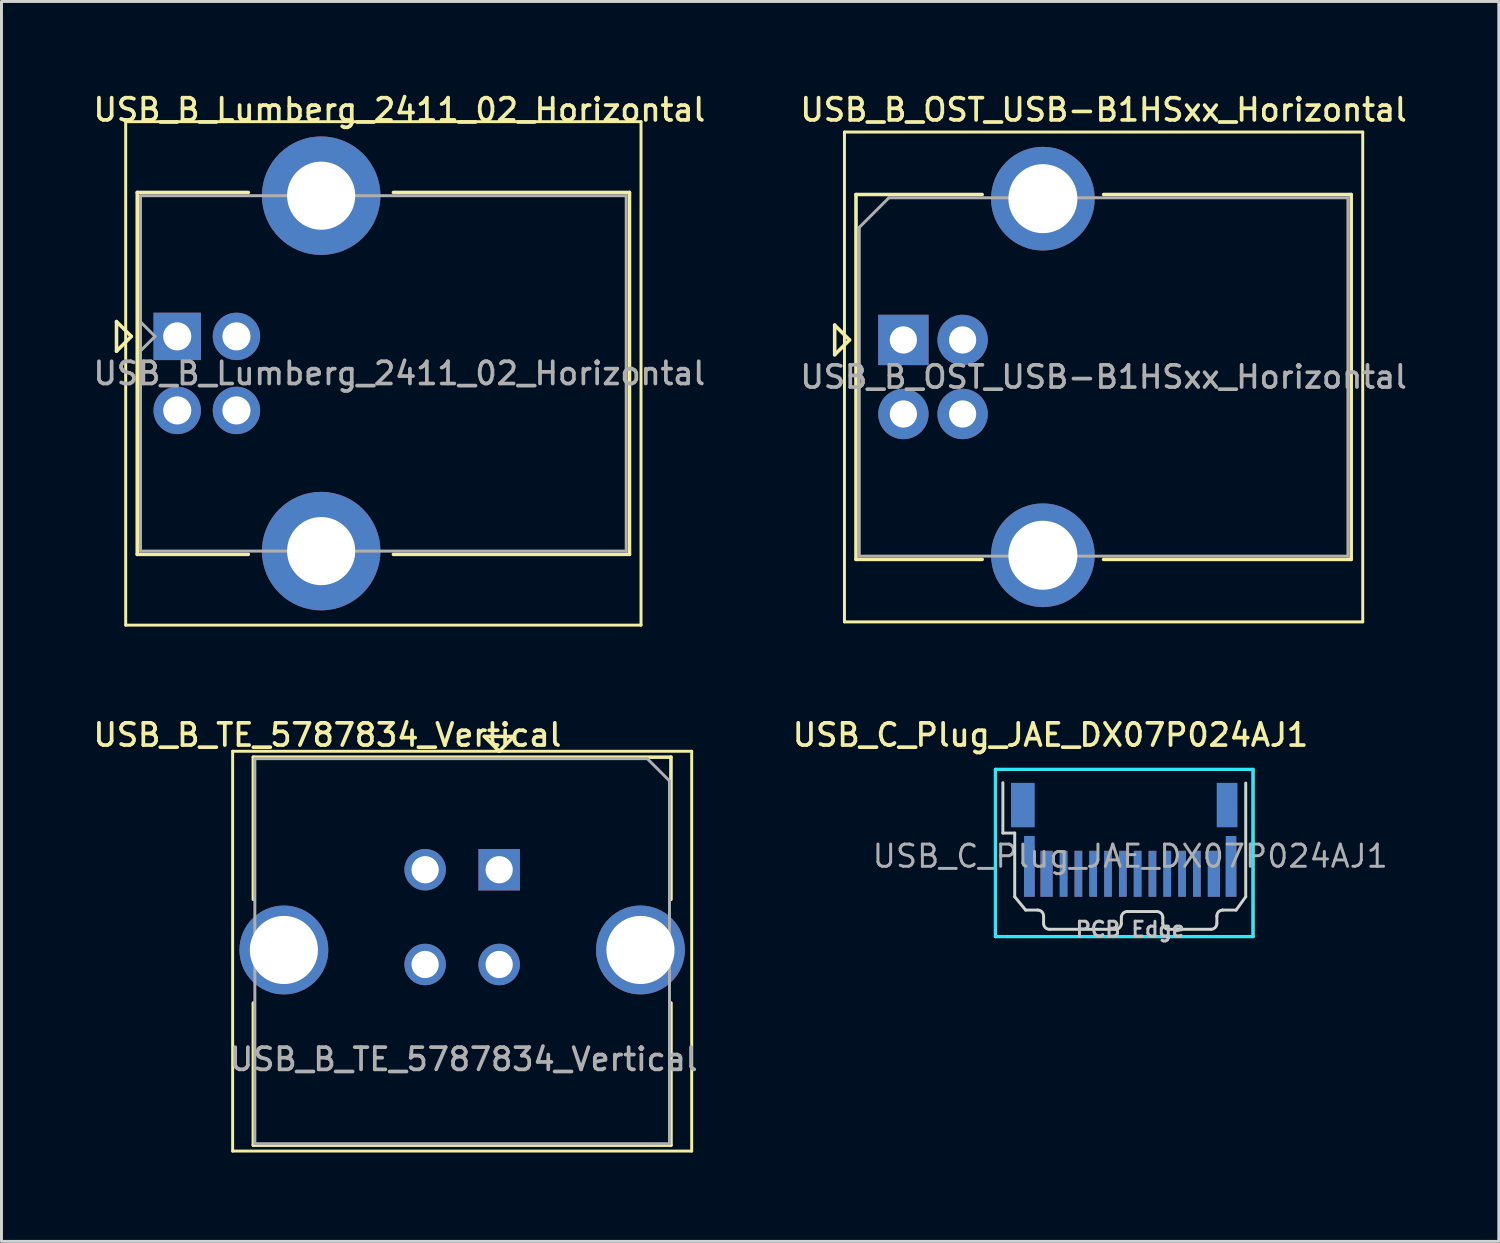
<source format=kicad_pcb>
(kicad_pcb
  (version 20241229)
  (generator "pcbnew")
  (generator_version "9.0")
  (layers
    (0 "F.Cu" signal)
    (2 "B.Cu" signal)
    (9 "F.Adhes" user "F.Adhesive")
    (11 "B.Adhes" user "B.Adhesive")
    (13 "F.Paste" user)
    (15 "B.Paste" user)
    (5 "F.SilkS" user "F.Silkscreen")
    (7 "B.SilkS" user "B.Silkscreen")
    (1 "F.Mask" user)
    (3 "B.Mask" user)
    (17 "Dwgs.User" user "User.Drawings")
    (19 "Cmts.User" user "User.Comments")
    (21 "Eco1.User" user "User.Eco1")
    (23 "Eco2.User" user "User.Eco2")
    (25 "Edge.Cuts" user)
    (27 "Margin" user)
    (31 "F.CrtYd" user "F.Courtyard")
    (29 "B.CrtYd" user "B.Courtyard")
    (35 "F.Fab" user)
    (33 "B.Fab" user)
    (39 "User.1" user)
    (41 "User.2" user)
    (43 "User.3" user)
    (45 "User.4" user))
  (footprint "USB_B_Lumberg_2411_02_Horizontal"
    (layer "F.Cu")
    (at 2.934 8.308)
    (property "Reference" "USB_B_Lumberg_2411_02_Horizontal" (at 7.5 -7.65 0) (layer "F.SilkS") (effects (font (size 0.75 0.75) (thickness 0.125))))
    (attr through_hole)
    (fp_line (start -2.05 -0.5) (end -2.05 0.5) (stroke (width 0.12) (type solid)) (layer "F.SilkS"))
    (fp_line (start -2.05 0.5) (end -1.55 0) (stroke (width 0.12) (type solid)) (layer "F.SilkS"))
    (fp_line (start -1.74 -7.25) (end -1.74 9.75) (stroke (width 0.1) (type solid)) (layer "F.SilkS"))
    (fp_line (start -1.74 9.75) (end 15.66 9.75) (stroke (width 0.1) (type solid)) (layer "F.SilkS"))
    (fp_line (start -1.55 0) (end -2.05 -0.5) (stroke (width 0.12) (type solid)) (layer "F.SilkS"))
    (fp_line (start -1.35 -4.86) (end 2.4 -4.86) (stroke (width 0.12) (type solid)) (layer "F.SilkS"))
    (fp_line (start -1.35 7.36) (end -1.35 -4.86) (stroke (width 0.12) (type solid)) (layer "F.SilkS"))
    (fp_line (start -1.35 7.36) (end 2.4 7.36) (stroke (width 0.12) (type solid)) (layer "F.SilkS"))
    (fp_line (start 15.27 -4.86) (end 7.3 -4.86) (stroke (width 0.12) (type solid)) (layer "F.SilkS"))
    (fp_line (start 15.27 7.36) (end 7.3 7.36) (stroke (width 0.12) (type solid)) (layer "F.SilkS"))
    (fp_line (start 15.27 7.36) (end 15.27 -4.86) (stroke (width 0.12) (type solid)) (layer "F.SilkS"))
    (fp_line (start 15.66 -7.25) (end -1.74 -7.25) (stroke (width 0.1) (type solid)) (layer "F.SilkS"))
    (fp_line (start 15.66 9.75) (end 15.66 -7.25) (stroke (width 0.1) (type solid)) (layer "F.SilkS"))
    (fp_line (start -1.24 -4.75) (end 15.16 -4.75) (stroke (width 0.1) (type solid)) (layer "F.Fab"))
    (fp_line (start -1.24 0.49) (end -0.75 0) (stroke (width 0.1) (type solid)) (layer "F.Fab"))
    (fp_line (start -1.24 7.25) (end -1.24 -4.75) (stroke (width 0.1) (type solid)) (layer "F.Fab"))
    (fp_line (start -0.75 0) (end -1.24 -0.49) (stroke (width 0.1) (type solid)) (layer "F.Fab"))
    (fp_line (start 15.16 -4.75) (end 15.16 7.25) (stroke (width 0.1) (type solid)) (layer "F.Fab"))
    (fp_line (start 15.16 7.25) (end -1.24 7.25) (stroke (width 0.1) (type solid)) (layer "F.Fab"))
    (fp_text user "${REFERENCE}" (at 7.5 1.25 180) (layer "F.Fab") (effects (font (size 0.75 0.75) (thickness 0.125))))
    (pad "1" thru_hole rect (at 0 0 90) (size 1.6 1.6) (drill 0.95) (layers "*.Cu" "*.Mask"))
    (pad "2" thru_hole circle (at 0 2.5 90) (size 1.6 1.6) (drill 0.95) (layers "*.Cu" "*.Mask"))
    (pad "3" thru_hole circle (at 2 2.5 90) (size 1.6 1.6) (drill 0.95) (layers "*.Cu" "*.Mask"))
    (pad "4" thru_hole circle (at 2 0 90) (size 1.6 1.6) (drill 0.95) (layers "*.Cu" "*.Mask"))
    (pad "5" thru_hole circle (at 4.86 -4.75 90) (size 4 4) (drill 2.3) (layers "*.Cu" "*.Mask"))
    (pad "5" thru_hole circle (at 4.86 7.25 90) (size 4 4) (drill 2.3) (layers "*.Cu" "*.Mask")))
  (footprint "USB_B_TE_5787834_Vertical"
    (layer "F.Cu")
    (at 13.805 26.316)
    (property "Reference" "USB_B_TE_5787834_Vertical" (at -5.8 -4.55 0) (layer "F.SilkS") (effects (font (size 0.75 0.75) (thickness 0.125))))
    (attr through_hole)
    (fp_line (start -9 -4) (end -9 9.5) (stroke (width 0.1) (type solid)) (layer "F.SilkS"))
    (fp_line (start -9 -4) (end 6.5 -4) (stroke (width 0.1) (type solid)) (layer "F.SilkS"))
    (fp_line (start -8.3 -3.8) (end 5.8 -3.8) (stroke (width 0.12) (type solid)) (layer "F.SilkS"))
    (fp_line (start -8.3 1) (end -8.3 -3.8) (stroke (width 0.12) (type solid)) (layer "F.SilkS"))
    (fp_line (start -8.3 9.3) (end -8.3 4.5) (stroke (width 0.12) (type solid)) (layer "F.SilkS"))
    (fp_line (start -0.5 -4.5) (end 0 -4) (stroke (width 0.12) (type solid)) (layer "F.SilkS"))
    (fp_line (start 0 -4) (end 0.5 -4.5) (stroke (width 0.12) (type solid)) (layer "F.SilkS"))
    (fp_line (start 0.5 -4.5) (end -0.5 -4.5) (stroke (width 0.12) (type solid)) (layer "F.SilkS"))
    (fp_line (start 5.8 -3.8) (end 5.8 1) (stroke (width 0.12) (type solid)) (layer "F.SilkS"))
    (fp_line (start 5.8 4.5) (end 5.8 9.3) (stroke (width 0.12) (type solid)) (layer "F.SilkS"))
    (fp_line (start 5.8 9.3) (end -8.3 9.3) (stroke (width 0.12) (type solid)) (layer "F.SilkS"))
    (fp_line (start 6.5 9.5) (end -9 9.5) (stroke (width 0.1) (type solid)) (layer "F.SilkS"))
    (fp_line (start 6.5 9.5) (end 6.5 -4) (stroke (width 0.1) (type solid)) (layer "F.SilkS"))
    (fp_line (start -8.25 -3.75) (end 5 -3.75) (stroke (width 0.1) (type solid)) (layer "F.Fab"))
    (fp_line (start -8.25 9.25) (end -8.25 -3.75) (stroke (width 0.1) (type solid)) (layer "F.Fab"))
    (fp_line (start 5 -3.75) (end 5.75 -3) (stroke (width 0.1) (type solid)) (layer "F.Fab"))
    (fp_line (start 5.75 -3) (end 5.75 9.25) (stroke (width 0.1) (type solid)) (layer "F.Fab"))
    (fp_line (start 5.75 9.25) (end -8.25 9.25) (stroke (width 0.1) (type solid)) (layer "F.Fab"))
    (fp_text user "${REFERENCE}" (at -1.2 6.4 0) (layer "F.Fab") (effects (font (size 0.75 0.75) (thickness 0.125))))
    (pad "1" thru_hole rect (at 0 0) (size 1.4 1.4) (drill 0.92) (layers "*.Cu" "*.Mask"))
    (pad "2" thru_hole circle (at -2.5 0) (size 1.4 1.4) (drill 0.92) (layers "*.Cu" "*.Mask"))
    (pad "3" thru_hole circle (at -2.5 3.2) (size 1.4 1.4) (drill 0.92) (layers "*.Cu" "*.Mask"))
    (pad "4" thru_hole circle (at 0 3.2) (size 1.4 1.4) (drill 0.92) (layers "*.Cu" "*.Mask"))
    (pad "5" thru_hole circle (at -7.27 2.71) (size 3 3) (drill 2.3) (layers "*.Cu" "*.Mask"))
    (pad "5" thru_hole circle (at 4.77 2.71) (size 3 3) (drill 2.3) (layers "*.Cu" "*.Mask")))
  (footprint "USB_B_OST_USB-B1HSxx_Horizontal"
    (layer "F.Cu")
    (at 27.453 8.428)
    (property "Reference" "USB_B_OST_USB-B1HSxx_Horizontal" (at 6.76 -7.77 0) (layer "F.SilkS") (effects (font (size 0.75 0.75) (thickness 0.125))))
    (attr through_hole)
    (fp_line (start -2.32 -0.5) (end -2.32 0.5) (stroke (width 0.12) (type solid)) (layer "F.SilkS"))
    (fp_line (start -2.32 0.5) (end -1.82 0) (stroke (width 0.12) (type solid)) (layer "F.SilkS"))
    (fp_line (start -1.99 -7.02) (end -1.99 9.52) (stroke (width 0.1) (type solid)) (layer "F.SilkS"))
    (fp_line (start -1.99 9.52) (end 15.51 9.52) (stroke (width 0.1) (type solid)) (layer "F.SilkS"))
    (fp_line (start -1.82 0) (end -2.32 -0.5) (stroke (width 0.12) (type solid)) (layer "F.SilkS"))
    (fp_line (start -1.6 -4.91) (end -1.6 7.41) (stroke (width 0.12) (type solid)) (layer "F.SilkS"))
    (fp_line (start -1.6 7.41) (end 2.66 7.41) (stroke (width 0.12) (type solid)) (layer "F.SilkS"))
    (fp_line (start 2.66 -4.91) (end -1.6 -4.91) (stroke (width 0.12) (type solid)) (layer "F.SilkS"))
    (fp_line (start 6.76 -4.91) (end 15.12 -4.91) (stroke (width 0.12) (type solid)) (layer "F.SilkS"))
    (fp_line (start 15.12 -4.91) (end 15.12 7.41) (stroke (width 0.12) (type solid)) (layer "F.SilkS"))
    (fp_line (start 15.12 7.41) (end 6.76 7.41) (stroke (width 0.12) (type solid)) (layer "F.SilkS"))
    (fp_line (start 15.51 -7.02) (end -1.99 -7.02) (stroke (width 0.1) (type solid)) (layer "F.SilkS"))
    (fp_line (start 15.51 9.52) (end 15.51 -7.02) (stroke (width 0.1) (type solid)) (layer "F.SilkS"))
    (fp_line (start -1.49 -3.8) (end -0.49 -4.8) (stroke (width 0.1) (type solid)) (layer "F.Fab"))
    (fp_line (start -1.49 7.3) (end -1.49 -3.8) (stroke (width 0.1) (type solid)) (layer "F.Fab"))
    (fp_line (start -0.49 -4.8) (end 15.01 -4.8) (stroke (width 0.1) (type solid)) (layer "F.Fab"))
    (fp_line (start 15.01 -4.8) (end 15.01 7.3) (stroke (width 0.1) (type solid)) (layer "F.Fab"))
    (fp_line (start 15.01 7.3) (end -1.49 7.3) (stroke (width 0.1) (type solid)) (layer "F.Fab"))
    (fp_text user "${REFERENCE}" (at 6.76 1.25 0) (layer "F.Fab") (effects (font (size 0.75 0.75) (thickness 0.125))))
    (pad "1" thru_hole rect (at 0 0) (size 1.7 1.7) (drill 0.92) (layers "*.Cu" "*.Mask"))
    (pad "2" thru_hole circle (at 0 2.5) (size 1.7 1.7) (drill 0.92) (layers "*.Cu" "*.Mask"))
    (pad "3" thru_hole circle (at 2 2.5) (size 1.7 1.7) (drill 0.92) (layers "*.Cu" "*.Mask"))
    (pad "4" thru_hole circle (at 2 0) (size 1.7 1.7) (drill 0.92) (layers "*.Cu" "*.Mask"))
    (pad "5" thru_hole circle (at 4.71 -4.77) (size 3.5 3.5) (drill 2.33) (layers "*.Cu" "*.Mask"))
    (pad "5" thru_hole circle (at 4.71 7.27) (size 3.5 3.5) (drill 2.33) (layers "*.Cu" "*.Mask")))
  (footprint "USB_C_Plug_JAE_DX07P024AJ1"
    (layer "F.Cu")
    (at 35.112 25.306)
    (property "Reference" "USB_C_Plug_JAE_DX07P024AJ1" (at -2.692 -3.54 0) (layer "F.SilkS") (effects (font (size 0.75 0.75) (thickness 0.125))))
    (attr smd)
    (fp_line (start -4.553 -2.38) (end 4.147 -2.38) (stroke (width 0.1) (type solid)) (layer "F.SilkS"))
    (fp_line (start -4.553 3.27) (end -4.553 -2.38) (stroke (width 0.1) (type solid)) (layer "F.SilkS"))
    (fp_line (start 4.147 -2.38) (end 4.147 3.27) (stroke (width 0.1) (type solid)) (layer "F.SilkS"))
    (fp_line (start 4.147 3.27) (end -4.553 3.27) (stroke (width 0.1) (type solid)) (layer "F.SilkS"))
    (fp_line (start -4.3 -1.93) (end -4.3 -0.228) (stroke (width 0.1) (type solid)) (layer "Edge.Cuts"))
    (fp_line (start -4.3 -0.228) (end -3.9 -0.228) (stroke (width 0.1) (type solid)) (layer "Edge.Cuts"))
    (fp_line (start -3.9 1.923) (end -3.9 -0.228) (stroke (width 0.1) (type solid)) (layer "Edge.Cuts"))
    (fp_line (start -3.53 2.373) (end -3.9 1.923) (stroke (width 0.1) (type solid)) (layer "Edge.Cuts"))
    (fp_line (start -3.125 2.373) (end -3.53 2.373) (stroke (width 0.1) (type solid)) (layer "Edge.Cuts"))
    (fp_line (start -2.925 2.822) (end -2.925 2.572) (stroke (width 0.1) (type solid)) (layer "Edge.Cuts"))
    (fp_line (start -0.5 3.022) (end -2.725 3.022) (stroke (width 0.1) (type solid)) (layer "Edge.Cuts"))
    (fp_line (start -0.3 2.623) (end -0.3 2.822) (stroke (width 0.1) (type solid)) (layer "Edge.Cuts"))
    (fp_line (start -0.1 2.422) (end 0.9 2.422) (stroke (width 0.1) (type solid)) (layer "Edge.Cuts"))
    (fp_line (start 1.1 2.822) (end 1.1 2.623) (stroke (width 0.1) (type solid)) (layer "Edge.Cuts"))
    (fp_line (start 1.3 3.022) (end 2.725 3.022) (stroke (width 0.1) (type solid)) (layer "Edge.Cuts"))
    (fp_line (start 2.925 2.822) (end 2.925 2.572) (stroke (width 0.1) (type solid)) (layer "Edge.Cuts"))
    (fp_line (start 3.125 2.373) (end 3.575 2.373) (stroke (width 0.1) (type solid)) (layer "Edge.Cuts"))
    (fp_line (start 3.575 2.373) (end 3.9 1.923) (stroke (width 0.1) (type solid)) (layer "Edge.Cuts"))
    (fp_line (start 3.9 1.923) (end 3.9 -1.917) (stroke (width 0.1) (type solid)) (layer "Edge.Cuts"))
    (fp_arc (start -3.125 2.3725) (mid -2.983579 2.431079) (end -2.925 2.5725) (stroke (width 0.1) (type solid)) (layer "Edge.Cuts"))
    (fp_arc (start -2.725 3.0225) (mid -2.866421 2.963921) (end -2.925 2.8225) (stroke (width 0.1) (type solid)) (layer "Edge.Cuts"))
    (fp_arc (start -0.3 2.6225) (mid -0.241421 2.481079) (end -0.1 2.4225) (stroke (width 0.1) (type solid)) (layer "Edge.Cuts"))
    (fp_arc (start -0.3 2.8225) (mid -0.358579 2.963921) (end -0.5 3.0225) (stroke (width 0.1) (type solid)) (layer "Edge.Cuts"))
    (fp_arc (start 0.9 2.4225) (mid 1.041421 2.481079) (end 1.1 2.6225) (stroke (width 0.1) (type solid)) (layer "Edge.Cuts"))
    (fp_arc (start 1.3 3.0225) (mid 1.158579 2.963921) (end 1.1 2.8225) (stroke (width 0.1) (type solid)) (layer "Edge.Cuts"))
    (fp_arc (start 2.925 2.5725) (mid 2.983579 2.431079) (end 3.125 2.3725) (stroke (width 0.1) (type solid)) (layer "Edge.Cuts"))
    (fp_arc (start 2.925 2.8225) (mid 2.866421 2.963921) (end 2.725 3.0225) (stroke (width 0.1) (type solid)) (layer "Edge.Cuts"))
    (fp_line (start -4.553 -2.38) (end 4.147 -2.38) (stroke (width 0.1) (type solid)) (layer "B.CrtYd"))
    (fp_line (start -4.553 3.27) (end -4.553 -2.38) (stroke (width 0.1) (type solid)) (layer "B.CrtYd"))
    (fp_line (start 4.147 -2.38) (end 4.147 3.27) (stroke (width 0.1) (type solid)) (layer "B.CrtYd"))
    (fp_line (start 4.147 3.27) (end -4.553 3.27) (stroke (width 0.1) (type solid)) (layer "B.CrtYd"))
    (fp_text user "PCB Edge" (at 0 3.022 0) (layer "Dwgs.User") (effects (font (size 0.5 0.5) (thickness 0.1))))
    (fp_text user "${REFERENCE}" (at 0 0.552 0) (layer "F.Fab") (effects (font (size 0.75 0.75) (thickness 0.1))))
    (pad "" smd rect (at -3.405 1.048) (size 0.36 1.75) (layers "F.Cu" "F.Mask"))
    (pad "" smd rect (at 3.405 1.048) (size 0.36 1.75) (layers "F.Cu" "F.Mask"))
    (pad "A1" smd rect (at 2.825 1.147) (size 0.41 1.55) (layers "F.Cu" "F.Mask" "F.Paste"))
    (pad "A2" smd rect (at 2.25 1.147) (size 0.26 1.55) (layers "F.Cu" "F.Mask" "F.Paste"))
    (pad "A3" smd rect (at 1.75 1.147) (size 0.26 1.55) (layers "F.Cu" "F.Mask" "F.Paste"))
    (pad "A4" smd rect (at 1.25 1.147) (size 0.26 1.55) (layers "F.Cu" "F.Mask" "F.Paste"))
    (pad "A5" smd rect (at 0.75 1.147) (size 0.26 1.55) (layers "F.Cu" "F.Mask" "F.Paste"))
    (pad "A6" smd rect (at 0.25 1.147 180) (size 0.26 1.55) (layers "F.Cu" "F.Mask" "F.Paste"))
    (pad "A7" smd rect (at -0.25 1.147 180) (size 0.26 1.55) (layers "F.Cu" "F.Mask" "F.Paste"))
    (pad "A8" smd rect (at -0.75 1.147) (size 0.26 1.55) (layers "F.Cu" "F.Mask" "F.Paste"))
    (pad "A9" smd rect (at -1.25 1.147) (size 0.26 1.55) (layers "F.Cu" "F.Mask" "F.Paste"))
    (pad "A10" smd rect (at -1.75 1.147) (size 0.26 1.55) (layers "F.Cu" "F.Mask" "F.Paste"))
    (pad "A11" smd rect (at -2.25 1.147) (size 0.26 1.55) (layers "F.Cu" "F.Mask" "F.Paste"))
    (pad "A12" smd rect (at -2.825 1.147) (size 0.41 1.55) (layers "F.Cu" "F.Mask" "F.Paste"))
    (pad "B1" smd rect (at -2.825 1.147) (size 0.41 1.55) (layers "B.Cu" "B.Mask" "B.Paste"))
    (pad "B2" smd rect (at -2.25 1.147) (size 0.26 1.55) (layers "B.Cu" "B.Mask" "B.Paste"))
    (pad "B3" smd rect (at -1.75 1.147) (size 0.26 1.55) (layers "B.Cu" "B.Mask" "B.Paste"))
    (pad "B4" smd rect (at -1.25 1.147) (size 0.26 1.55) (layers "B.Cu" "B.Mask" "B.Paste"))
    (pad "B5" smd rect (at -0.75 1.147) (size 0.26 1.55) (layers "B.Cu" "B.Mask" "B.Paste"))
    (pad "B6" smd rect (at -0.25 1.147 180) (size 0.26 1.55) (layers "B.Cu" "B.Mask" "B.Paste"))
    (pad "B7" smd rect (at 0.25 1.147) (size 0.26 1.55) (layers "B.Cu" "B.Mask" "B.Paste"))
    (pad "B8" smd rect (at 0.75 1.147) (size 0.26 1.55) (layers "B.Cu" "B.Mask" "B.Paste"))
    (pad "B9" smd rect (at 1.25 1.147) (size 0.26 1.55) (layers "B.Cu" "B.Mask" "B.Paste"))
    (pad "B10" smd rect (at 1.75 1.147) (size 0.26 1.55) (layers "B.Cu" "B.Mask" "B.Paste"))
    (pad "B11" smd rect (at 2.25 1.147) (size 0.26 1.55) (layers "B.Cu" "B.Mask" "B.Paste"))
    (pad "B12" smd rect (at 2.825 1.147) (size 0.41 1.55) (layers "B.Cu" "B.Mask" "B.Paste"))
    (pad "S1" smd rect (at -3.625 -1.173) (size 0.8 1.5) (layers "B.Cu" "B.Mask" "B.Paste"))
    (pad "S1" smd rect (at -3.405 0.897) (size 0.36 2.05) (layers "B.Cu" "B.Mask" "B.Paste"))
    (pad "S1" smd rect (at 3.27 -1.173 180) (size 0.7 1.5) (layers "B.Cu" "B.Mask" "B.Paste"))
    (pad "S1" smd rect (at 3.405 0.897) (size 0.36 2.05) (layers "B.Cu" "B.Mask" "B.Paste")))
  (gr_rect
    (start -3 -3)
    (end 47.557 38.866)
    (stroke (width 0.1) (type default))
    (fill no)
    (layer "Edge.Cuts")))
</source>
